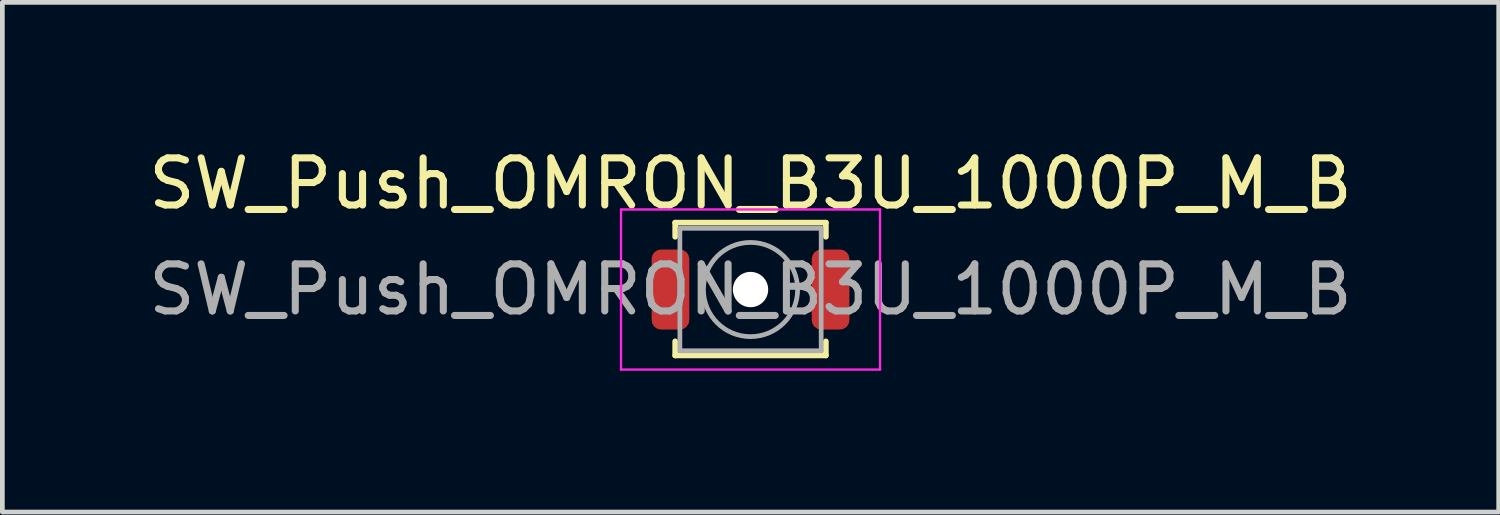
<source format=kicad_pcb>
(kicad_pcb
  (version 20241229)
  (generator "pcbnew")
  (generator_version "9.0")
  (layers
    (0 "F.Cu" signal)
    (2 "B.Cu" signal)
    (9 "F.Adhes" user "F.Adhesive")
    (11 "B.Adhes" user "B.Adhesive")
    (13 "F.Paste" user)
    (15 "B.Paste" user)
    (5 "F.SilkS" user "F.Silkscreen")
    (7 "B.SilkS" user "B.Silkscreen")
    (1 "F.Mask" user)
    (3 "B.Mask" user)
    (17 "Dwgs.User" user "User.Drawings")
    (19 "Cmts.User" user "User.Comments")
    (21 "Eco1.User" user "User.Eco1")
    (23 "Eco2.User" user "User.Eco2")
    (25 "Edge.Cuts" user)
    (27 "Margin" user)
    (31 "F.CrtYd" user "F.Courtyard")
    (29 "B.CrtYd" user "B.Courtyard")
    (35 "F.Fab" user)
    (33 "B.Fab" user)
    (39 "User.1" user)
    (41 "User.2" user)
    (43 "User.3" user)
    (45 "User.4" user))
  (footprint "SW_Push_OMRON_B3U_1000P_M_B"
    (layer "F.Cu")
    (at 12.887 3.098)
    (property "Reference" "SW_Push_OMRON_B3U_1000P_M_B" (at 0 -2.25 0) (layer "F.SilkS") (effects (font (size 1 1) (thickness 0.15))))
    (attr smd)
    (fp_line (start -1.6 -1.42) (end 1.6 -1.42) (stroke (width 0.12) (type solid)) (layer "F.SilkS"))
    (fp_line (start -1.6 -1.12) (end -1.6 -1.42) (stroke (width 0.12) (type solid)) (layer "F.SilkS"))
    (fp_line (start -1.6 1.4) (end -1.6 1.1) (stroke (width 0.12) (type solid)) (layer "F.SilkS"))
    (fp_line (start 1.6 -1.42) (end 1.6 -1.12) (stroke (width 0.12) (type solid)) (layer "F.SilkS"))
    (fp_line (start 1.6 1.1) (end 1.6 1.4) (stroke (width 0.12) (type solid)) (layer "F.SilkS"))
    (fp_line (start 1.6 1.4) (end -1.6 1.4) (stroke (width 0.12) (type solid)) (layer "F.SilkS"))
    (fp_line (start -2.75 -1.7) (end 2.75 -1.7) (stroke (width 0.05) (type solid)) (layer "F.CrtYd"))
    (fp_line (start -2.75 1.7) (end -2.75 -1.7) (stroke (width 0.05) (type solid)) (layer "F.CrtYd"))
    (fp_line (start 2.75 -1.7) (end 2.75 1.7) (stroke (width 0.05) (type solid)) (layer "F.CrtYd"))
    (fp_line (start 2.75 1.7) (end -2.75 1.7) (stroke (width 0.05) (type solid)) (layer "F.CrtYd"))
    (fp_line (start -1.5 -1.3) (end 1.5 -1.3) (stroke (width 0.1) (type solid)) (layer "F.Fab"))
    (fp_line (start -1.5 1.3) (end -1.5 -1.3) (stroke (width 0.1) (type solid)) (layer "F.Fab"))
    (fp_line (start 1.5 -1.3) (end 1.5 1.3) (stroke (width 0.1) (type solid)) (layer "F.Fab"))
    (fp_line (start 1.5 1.3) (end -1.5 1.3) (stroke (width 0.1) (type solid)) (layer "F.Fab"))
    (fp_circle (center 0 0) (end 1 0) (stroke (width 0.1) (type solid)) (fill no) (layer "F.Fab"))
    (fp_text user "${REFERENCE}" (at 0 0 0) (layer "F.Fab") (effects (font (size 1 1) (thickness 0.15))))
    (pad "" np_thru_hole circle (at 0 0) (size 0.75 0.75) (drill 0.75) (layers "*.Cu" "*.Mask"))
    (pad "1" smd roundrect (at -1.7 0) (size 0.8 1.7) (layers "F.Cu" "F.Mask" "F.Paste") (roundrect_rratio 0.25))
    (pad "2" smd roundrect (at 1.7 0) (size 0.8 1.7) (layers "F.Cu" "F.Mask" "F.Paste") (roundrect_rratio 0.25)))
  (gr_rect
    (start -3 -3)
    (end 28.774 7.823)
    (stroke (width 0.1) (type default))
    (fill no)
    (layer "Edge.Cuts")))
</source>
